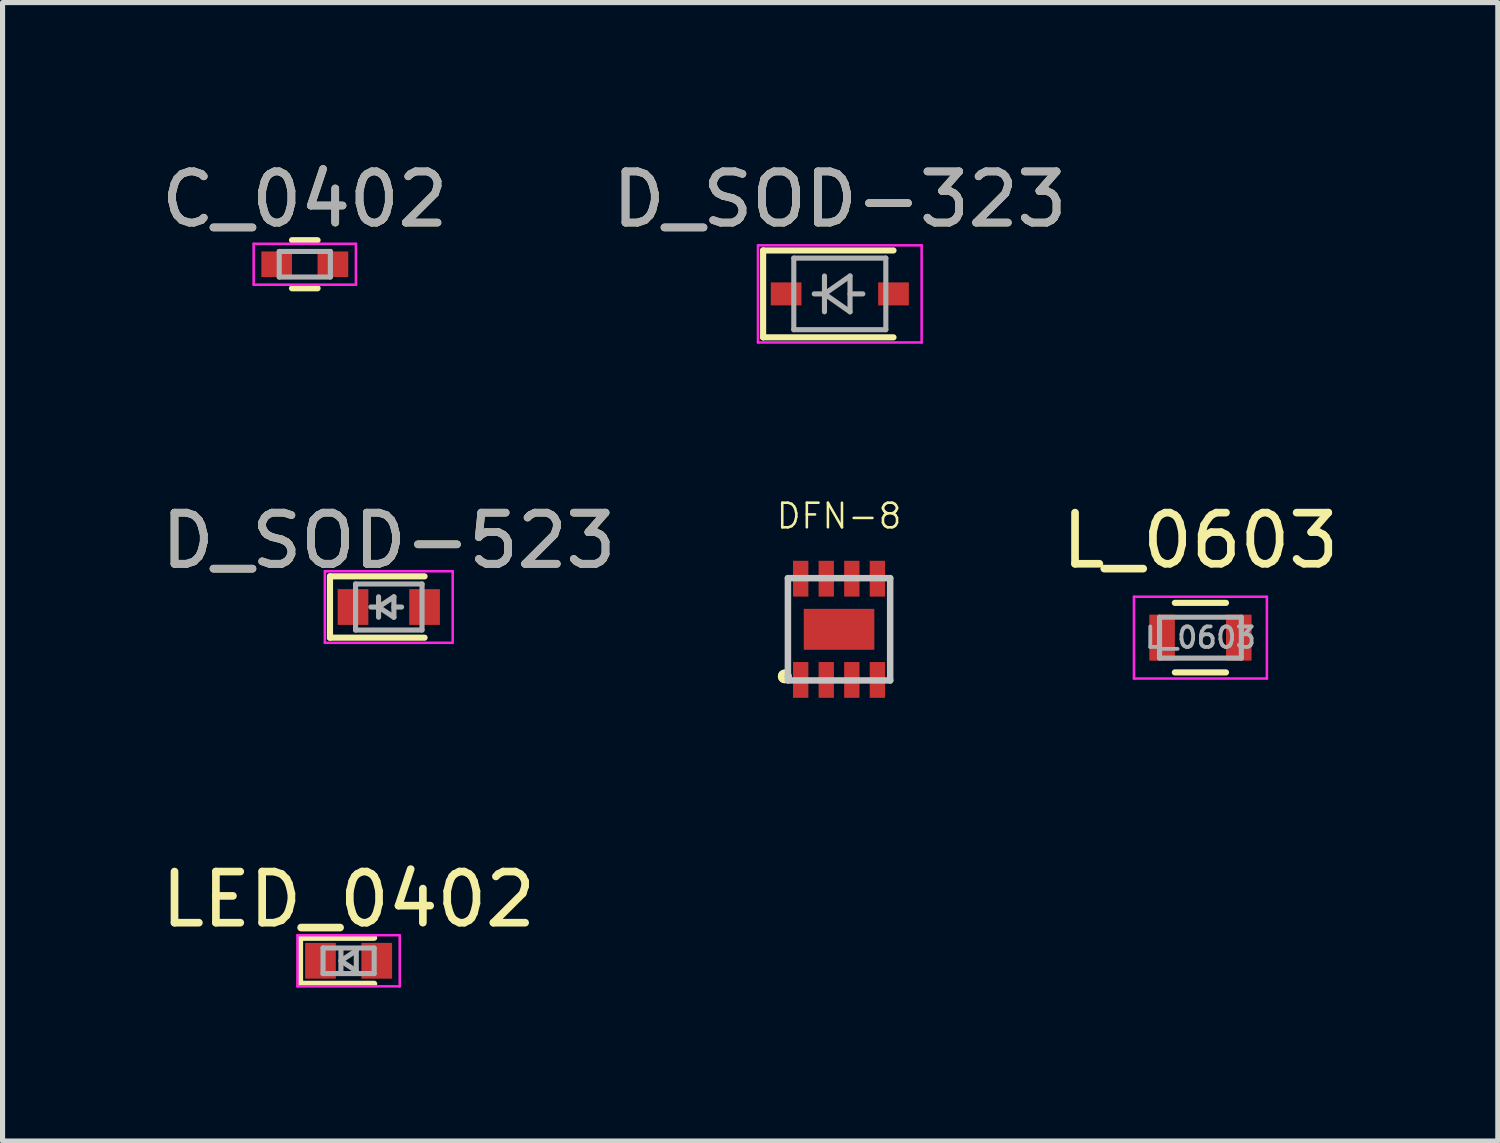
<source format=kicad_pcb>
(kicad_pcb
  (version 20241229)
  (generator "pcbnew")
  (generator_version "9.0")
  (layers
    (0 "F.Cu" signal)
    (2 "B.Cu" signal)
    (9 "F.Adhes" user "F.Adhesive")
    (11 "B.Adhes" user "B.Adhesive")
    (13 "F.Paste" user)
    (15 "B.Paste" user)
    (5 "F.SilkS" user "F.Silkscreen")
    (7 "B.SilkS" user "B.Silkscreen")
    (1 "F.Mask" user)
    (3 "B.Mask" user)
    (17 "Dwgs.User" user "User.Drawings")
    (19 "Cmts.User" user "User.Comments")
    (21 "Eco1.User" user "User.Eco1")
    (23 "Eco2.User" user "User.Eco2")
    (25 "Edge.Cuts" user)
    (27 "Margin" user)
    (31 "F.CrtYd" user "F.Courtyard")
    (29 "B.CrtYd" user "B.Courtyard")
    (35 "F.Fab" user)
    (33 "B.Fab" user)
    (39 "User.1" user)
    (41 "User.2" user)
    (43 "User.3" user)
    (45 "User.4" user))
  (footprint "D_SOD-523"
    (layer "F.Cu")
    (at 4.554 8.822)
    (property "Reference" "D_SOD-523" (at 0 -1.3 0) (layer "F.SilkS") (effects (font (size 1 1) (thickness 0.15))))
    (attr smd)
    (fp_line (start -1.15 -0.6) (end -1.15 0.6) (stroke (width 0.12) (type solid)) (layer "F.SilkS"))
    (fp_line (start 0.7 -0.6) (end -1.15 -0.6) (stroke (width 0.12) (type solid)) (layer "F.SilkS"))
    (fp_line (start 0.7 0.6) (end -1.15 0.6) (stroke (width 0.12) (type solid)) (layer "F.SilkS"))
    (fp_line (start -1.25 -0.7) (end 1.25 -0.7) (stroke (width 0.05) (type solid)) (layer "F.CrtYd"))
    (fp_line (start -1.25 0.7) (end -1.25 -0.7) (stroke (width 0.05) (type solid)) (layer "F.CrtYd"))
    (fp_line (start 1.25 -0.7) (end 1.25 0.7) (stroke (width 0.05) (type solid)) (layer "F.CrtYd"))
    (fp_line (start 1.25 0.7) (end -1.25 0.7) (stroke (width 0.05) (type solid)) (layer "F.CrtYd"))
    (fp_line (start -0.65 -0.45) (end 0.65 -0.45) (stroke (width 0.1) (type solid)) (layer "F.Fab"))
    (fp_line (start -0.65 0.45) (end -0.65 -0.45) (stroke (width 0.1) (type solid)) (layer "F.Fab"))
    (fp_line (start -0.2 0) (end -0.35 0) (stroke (width 0.1) (type solid)) (layer "F.Fab"))
    (fp_line (start -0.2 0) (end 0.1 0.2) (stroke (width 0.1) (type solid)) (layer "F.Fab"))
    (fp_line (start -0.2 0.2) (end -0.2 -0.2) (stroke (width 0.1) (type solid)) (layer "F.Fab"))
    (fp_line (start 0.1 -0.2) (end -0.2 0) (stroke (width 0.1) (type solid)) (layer "F.Fab"))
    (fp_line (start 0.1 0) (end 0.25 0) (stroke (width 0.1) (type solid)) (layer "F.Fab"))
    (fp_line (start 0.1 0.2) (end 0.1 -0.2) (stroke (width 0.1) (type solid)) (layer "F.Fab"))
    (fp_line (start 0.65 -0.45) (end 0.65 0.45) (stroke (width 0.1) (type solid)) (layer "F.Fab"))
    (fp_line (start 0.65 0.45) (end -0.65 0.45) (stroke (width 0.1) (type solid)) (layer "F.Fab"))
    (fp_text user "${REFERENCE}" (at 0 -1.3 0) (layer "F.Fab") (effects (font (size 1 1) (thickness 0.15))))
    (pad "1" smd rect (at -0.7 0 180) (size 0.6 0.7) (layers "F.Cu" "F.Mask" "F.Paste"))
    (pad "2" smd rect (at 0.7 0 180) (size 0.6 0.7) (layers "F.Cu" "F.Mask" "F.Paste")))
  (footprint "C_0402"
    (layer "F.Cu")
    (at 2.911 2.118)
    (property "Reference" "C_0402" (at 0 -1.27 0) (layer "F.SilkS") (effects (font (size 1 1) (thickness 0.15))))
    (attr smd)
    (fp_line (start -0.25 0.47) (end 0.25 0.47) (stroke (width 0.12) (type solid)) (layer "F.SilkS"))
    (fp_line (start 0.25 -0.47) (end -0.25 -0.47) (stroke (width 0.12) (type solid)) (layer "F.SilkS"))
    (fp_line (start -1 -0.4) (end -1 0.4) (stroke (width 0.05) (type solid)) (layer "F.CrtYd"))
    (fp_line (start -1 -0.4) (end 1 -0.4) (stroke (width 0.05) (type solid)) (layer "F.CrtYd"))
    (fp_line (start 1 0.4) (end -1 0.4) (stroke (width 0.05) (type solid)) (layer "F.CrtYd"))
    (fp_line (start 1 0.4) (end 1 -0.4) (stroke (width 0.05) (type solid)) (layer "F.CrtYd"))
    (fp_line (start -0.5 -0.25) (end 0.5 -0.25) (stroke (width 0.1) (type solid)) (layer "F.Fab"))
    (fp_line (start -0.5 0.25) (end -0.5 -0.25) (stroke (width 0.1) (type solid)) (layer "F.Fab"))
    (fp_line (start 0.5 -0.25) (end 0.5 0.25) (stroke (width 0.1) (type solid)) (layer "F.Fab"))
    (fp_line (start 0.5 0.25) (end -0.5 0.25) (stroke (width 0.1) (type solid)) (layer "F.Fab"))
    (fp_text user "${REFERENCE}" (at 0 -1.27 0) (layer "F.Fab") (effects (font (size 1 1) (thickness 0.15))))
    (pad "1" smd rect (at -0.55 0) (size 0.6 0.5) (layers "F.Cu" "F.Mask" "F.Paste"))
    (pad "2" smd rect (at 0.55 0) (size 0.6 0.5) (layers "F.Cu" "F.Mask" "F.Paste")))
  (footprint "L_0603"
    (layer "F.Cu")
    (at 20.428 9.421)
    (property "Reference" "L_0603" (at 0 -1.9 0) (layer "F.SilkS") (effects (font (size 1 1) (thickness 0.15))))
    (attr smd)
    (fp_line (start -0.5 -0.68) (end 0.5 -0.68) (stroke (width 0.12) (type solid)) (layer "F.SilkS"))
    (fp_line (start 0.5 0.68) (end -0.5 0.68) (stroke (width 0.12) (type solid)) (layer "F.SilkS"))
    (fp_line (start -1.3 -0.8) (end -1.3 0.8) (stroke (width 0.05) (type solid)) (layer "F.CrtYd"))
    (fp_line (start -1.3 -0.8) (end 1.3 -0.8) (stroke (width 0.05) (type solid)) (layer "F.CrtYd"))
    (fp_line (start -1.3 0.8) (end 1.3 0.8) (stroke (width 0.05) (type solid)) (layer "F.CrtYd"))
    (fp_line (start 1.3 -0.8) (end 1.3 0.8) (stroke (width 0.05) (type solid)) (layer "F.CrtYd"))
    (fp_line (start -0.8 -0.4) (end 0.8 -0.4) (stroke (width 0.1) (type solid)) (layer "F.Fab"))
    (fp_line (start -0.8 0.4) (end -0.8 -0.4) (stroke (width 0.1) (type solid)) (layer "F.Fab"))
    (fp_line (start 0.8 -0.4) (end 0.8 0.4) (stroke (width 0.1) (type solid)) (layer "F.Fab"))
    (fp_line (start 0.8 0.4) (end -0.8 0.4) (stroke (width 0.1) (type solid)) (layer "F.Fab"))
    (fp_text user "${REFERENCE}" (at 0 0 0) (layer "F.Fab") (effects (font (size 0.4 0.4) (thickness 0.075))))
    (pad "1" smd rect (at -0.75 0) (size 0.5 0.9) (layers "F.Cu" "F.Mask" "F.Paste"))
    (pad "2" smd rect (at 0.75 0) (size 0.5 0.9) (layers "F.Cu" "F.Mask" "F.Paste")))
  (footprint "D_SOD-323"
    (layer "F.Cu")
    (at 13.375 2.698)
    (property "Reference" "D_SOD-323" (at 0 -1.85 0) (layer "F.SilkS") (effects (font (size 1 1) (thickness 0.15))))
    (attr smd)
    (fp_line (start -1.5 -0.85) (end -1.5 0.85) (stroke (width 0.12) (type solid)) (layer "F.SilkS"))
    (fp_line (start -1.5 -0.85) (end 1.05 -0.85) (stroke (width 0.12) (type solid)) (layer "F.SilkS"))
    (fp_line (start -1.5 0.85) (end 1.05 0.85) (stroke (width 0.12) (type solid)) (layer "F.SilkS"))
    (fp_line (start -1.6 -0.95) (end -1.6 0.95) (stroke (width 0.05) (type solid)) (layer "F.CrtYd"))
    (fp_line (start -1.6 -0.95) (end 1.6 -0.95) (stroke (width 0.05) (type solid)) (layer "F.CrtYd"))
    (fp_line (start -1.6 0.95) (end 1.6 0.95) (stroke (width 0.05) (type solid)) (layer "F.CrtYd"))
    (fp_line (start 1.6 -0.95) (end 1.6 0.95) (stroke (width 0.05) (type solid)) (layer "F.CrtYd"))
    (fp_line (start -0.9 -0.7) (end 0.9 -0.7) (stroke (width 0.1) (type solid)) (layer "F.Fab"))
    (fp_line (start -0.9 0.7) (end -0.9 -0.7) (stroke (width 0.1) (type solid)) (layer "F.Fab"))
    (fp_line (start -0.3 -0.35) (end -0.3 0.35) (stroke (width 0.1) (type solid)) (layer "F.Fab"))
    (fp_line (start -0.3 0) (end -0.5 0) (stroke (width 0.1) (type solid)) (layer "F.Fab"))
    (fp_line (start -0.3 0) (end 0.2 -0.35) (stroke (width 0.1) (type solid)) (layer "F.Fab"))
    (fp_line (start 0.2 -0.35) (end 0.2 0.35) (stroke (width 0.1) (type solid)) (layer "F.Fab"))
    (fp_line (start 0.2 0) (end 0.45 0) (stroke (width 0.1) (type solid)) (layer "F.Fab"))
    (fp_line (start 0.2 0.35) (end -0.3 0) (stroke (width 0.1) (type solid)) (layer "F.Fab"))
    (fp_line (start 0.9 -0.7) (end 0.9 0.7) (stroke (width 0.1) (type solid)) (layer "F.Fab"))
    (fp_line (start 0.9 0.7) (end -0.9 0.7) (stroke (width 0.1) (type solid)) (layer "F.Fab"))
    (fp_text user "${REFERENCE}" (at 0 -1.85 0) (layer "F.Fab") (effects (font (size 1 1) (thickness 0.15))))
    (pad "1" smd rect (at -1.05 0) (size 0.6 0.45) (layers "F.Cu" "F.Mask" "F.Paste"))
    (pad "2" smd rect (at 1.05 0) (size 0.6 0.45) (layers "F.Cu" "F.Mask" "F.Paste")))
  (footprint "LED_0402"
    (layer "F.Cu")
    (at 3.768 15.741)
    (property "Reference" "LED_0402" (at 0 -1.2 0) (layer "F.SilkS") (effects (font (size 1 1) (thickness 0.15))))
    (attr smd)
    (fp_line (start -0.95 -0.45) (end -0.95 0.45) (stroke (width 0.12) (type solid)) (layer "F.SilkS"))
    (fp_line (start -0.95 -0.45) (end 0.5 -0.45) (stroke (width 0.12) (type solid)) (layer "F.SilkS"))
    (fp_line (start -0.95 0.45) (end 0.5 0.45) (stroke (width 0.12) (type solid)) (layer "F.SilkS"))
    (fp_line (start -1 -0.5) (end 1 -0.5) (stroke (width 0.05) (type solid)) (layer "F.CrtYd"))
    (fp_line (start -1 0.5) (end -1 -0.5) (stroke (width 0.05) (type solid)) (layer "F.CrtYd"))
    (fp_line (start 1 -0.5) (end 1 0.5) (stroke (width 0.05) (type solid)) (layer "F.CrtYd"))
    (fp_line (start 1 0.5) (end -1 0.5) (stroke (width 0.05) (type solid)) (layer "F.CrtYd"))
    (fp_line (start -0.5 -0.25) (end 0.5 -0.25) (stroke (width 0.1) (type solid)) (layer "F.Fab"))
    (fp_line (start -0.5 0.25) (end -0.5 -0.25) (stroke (width 0.1) (type solid)) (layer "F.Fab"))
    (fp_line (start -0.15 -0.2) (end -0.15 0.2) (stroke (width 0.1) (type solid)) (layer "F.Fab"))
    (fp_line (start -0.15 0) (end 0.15 -0.2) (stroke (width 0.1) (type solid)) (layer "F.Fab"))
    (fp_line (start 0.15 -0.2) (end 0.15 0.2) (stroke (width 0.1) (type solid)) (layer "F.Fab"))
    (fp_line (start 0.15 0.2) (end -0.15 0) (stroke (width 0.1) (type solid)) (layer "F.Fab"))
    (fp_line (start 0.5 -0.25) (end 0.5 0.25) (stroke (width 0.1) (type solid)) (layer "F.Fab"))
    (fp_line (start 0.5 0.25) (end -0.5 0.25) (stroke (width 0.1) (type solid)) (layer "F.Fab"))
    (pad "1" smd rect (at -0.55 0 180) (size 0.6 0.7) (layers "F.Cu" "F.Mask" "F.Paste"))
    (pad "2" smd rect (at 0.55 0 180) (size 0.6 0.7) (layers "F.Cu" "F.Mask" "F.Paste")))
  (footprint "DFN-8"
    (layer "F.Cu")
    (at 13.36 9.258)
    (property "Reference" "DFN-8" (at 0 -2.215 0) (layer "F.SilkS") (effects (font (size 0.481 0.481) (thickness 0.05))))
    (attr smd)
    (fp_poly (pts (xy -0.973 0.59) (xy -0.53 0.59) (xy -0.53 1.435) (xy -0.973 1.435)) (stroke (width 0) (type solid)) (fill yes) (layer "F.Mask"))
    (fp_poly (pts (xy -0.972 -1.41) (xy -0.53 -1.41) (xy -0.53 -0.571) (xy -0.972 -0.571)) (stroke (width 0) (type solid)) (fill yes) (layer "F.Mask"))
    (fp_poly (pts (xy -0.762 -0.47) (xy 0.76 -0.47) (xy 0.76 0.471) (xy -0.762 0.471)) (stroke (width 0) (type solid)) (fill yes) (layer "F.Mask"))
    (fp_poly (pts (xy -0.472 0.59) (xy -0.03 0.59) (xy -0.03 1.435) (xy -0.472 1.435)) (stroke (width 0) (type solid)) (fill yes) (layer "F.Mask"))
    (fp_poly (pts (xy -0.471 -1.41) (xy -0.03 -1.41) (xy -0.03 -0.571) (xy -0.471 -0.571)) (stroke (width 0) (type solid)) (fill yes) (layer "F.Mask"))
    (fp_poly (pts (xy 0.03 0.59) (xy 0.47 0.59) (xy 0.47 1.433) (xy 0.03 1.433)) (stroke (width 0) (type solid)) (fill yes) (layer "F.Mask"))
    (fp_poly (pts (xy 0.03 -1.41) (xy 0.47 -1.41) (xy 0.47 -0.572) (xy 0.03 -0.572)) (stroke (width 0) (type solid)) (fill yes) (layer "F.Mask"))
    (fp_poly (pts (xy 0.531 -1.41) (xy 0.97 -1.41) (xy 0.97 -0.571) (xy 0.531 -0.571)) (stroke (width 0) (type solid)) (fill yes) (layer "F.Mask"))
    (fp_poly (pts (xy 0.531 0.59) (xy 0.97 0.59) (xy 0.97 1.433) (xy 0.531 1.433)) (stroke (width 0) (type solid)) (fill yes) (layer "F.Mask"))
    (fp_circle (center -1.063 0.92) (end -0.992 0.92) (stroke (width 0.127) (type solid)) (fill no) (layer "F.SilkS"))
    (fp_circle (center -1.063 0.92) (end -0.992 0.92) (stroke (width 0.127) (type solid)) (fill no) (layer "F.SilkS"))
    (fp_poly (pts (xy -0.877 -1.337) (xy -0.625 -1.337) (xy -0.625 -0.702) (xy -0.877 -0.702)) (stroke (width 0) (type solid)) (fill yes) (layer "F.Paste"))
    (fp_poly (pts (xy -0.876 0.7) (xy -0.625 0.7) (xy -0.625 1.338) (xy -0.876 1.338)) (stroke (width 0) (type solid)) (fill yes) (layer "F.Paste"))
    (fp_poly (pts (xy -0.591 -0.32) (xy -0.09 -0.32) (xy -0.09 0.321) (xy -0.591 0.321)) (stroke (width 0) (type solid)) (fill yes) (layer "F.Paste"))
    (fp_poly (pts (xy -0.376 0.7) (xy -0.125 0.7) (xy -0.125 1.341) (xy -0.376 1.341)) (stroke (width 0) (type solid)) (fill yes) (layer "F.Paste"))
    (fp_poly (pts (xy -0.376 -1.337) (xy -0.125 -1.337) (xy -0.125 -0.701) (xy -0.376 -0.701)) (stroke (width 0) (type solid)) (fill yes) (layer "F.Paste"))
    (fp_poly (pts (xy 0.09 -0.32) (xy 0.59 -0.32) (xy 0.59 0.321) (xy 0.09 0.321)) (stroke (width 0) (type solid)) (fill yes) (layer "F.Paste"))
    (fp_poly (pts (xy 0.125 -1.337) (xy 0.375 -1.337) (xy 0.375 -0.701) (xy 0.125 -0.701)) (stroke (width 0) (type solid)) (fill yes) (layer "F.Paste"))
    (fp_poly (pts (xy 0.125 0.7) (xy 0.375 0.7) (xy 0.375 1.342) (xy 0.125 1.342)) (stroke (width 0) (type solid)) (fill yes) (layer "F.Paste"))
    (fp_poly (pts (xy 0.626 -1.337) (xy 0.875 -1.337) (xy 0.875 -0.701) (xy 0.626 -0.701)) (stroke (width 0) (type solid)) (fill yes) (layer "F.Paste"))
    (fp_poly (pts (xy 0.627 0.7) (xy 0.875 0.7) (xy 0.875 1.341) (xy 0.627 1.341)) (stroke (width 0) (type solid)) (fill yes) (layer "F.Paste"))
    (fp_line (start -1 -1) (end 1 -1) (stroke (width 0.127) (type solid)) (layer "Dwgs.User"))
    (fp_line (start -1 1) (end -1 -1) (stroke (width 0.127) (type solid)) (layer "Dwgs.User"))
    (fp_line (start 1 -1) (end 1 1) (stroke (width 0.127) (type solid)) (layer "Dwgs.User"))
    (fp_line (start 1 1) (end -1 1) (stroke (width 0.127) (type solid)) (layer "Dwgs.User"))
    (pad "1" smd rect (at -0.75 0.99 90) (size 0.7 0.3) (layers "F.Cu" "F.Mask" "F.Paste"))
    (pad "2" smd rect (at -0.25 0.99 90) (size 0.7 0.3) (layers "F.Cu" "F.Mask" "F.Paste"))
    (pad "3" smd rect (at 0.25 0.99 90) (size 0.7 0.3) (layers "F.Cu" "F.Mask" "F.Paste"))
    (pad "4" smd rect (at 0.75 0.99 90) (size 0.7 0.3) (layers "F.Cu" "F.Mask" "F.Paste"))
    (pad "5" smd rect (at 0.75 -0.99 90) (size 0.7 0.3) (layers "F.Cu" "F.Mask" "F.Paste"))
    (pad "6" smd rect (at 0.25 -0.99 90) (size 0.7 0.3) (layers "F.Cu" "F.Mask" "F.Paste"))
    (pad "7" smd rect (at -0.25 -0.99 90) (size 0.7 0.3) (layers "F.Cu" "F.Mask" "F.Paste"))
    (pad "8" smd rect (at -0.75 -0.99 90) (size 0.7 0.3) (layers "F.Cu" "F.Mask" "F.Paste"))
    (pad "9" smd rect (at 0 0) (size 1.38 0.8) (layers "F.Cu" "F.Mask" "F.Paste")))
  (gr_rect
    (start -3 -3)
    (end 26.244 19.266)
    (stroke (width 0.1) (type default))
    (fill no)
    (layer "Edge.Cuts")))
</source>
